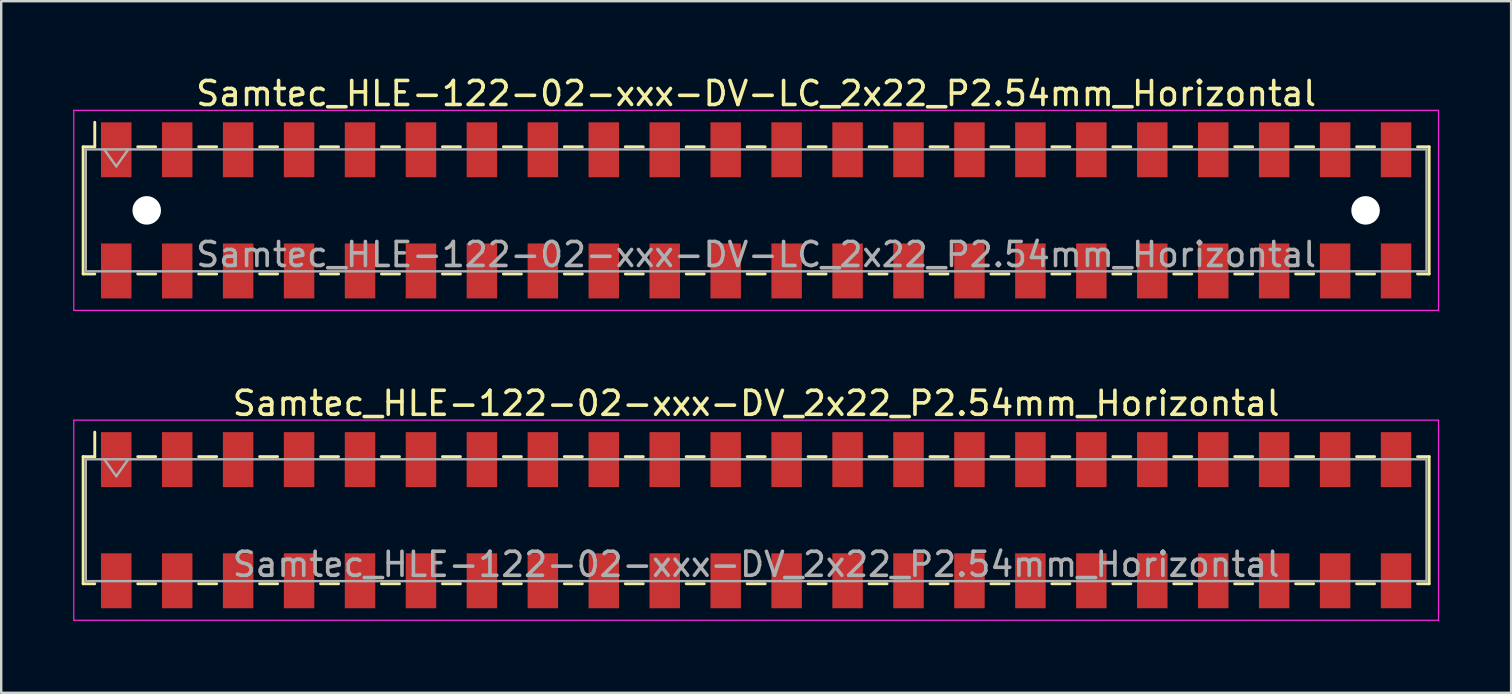
<source format=kicad_pcb>
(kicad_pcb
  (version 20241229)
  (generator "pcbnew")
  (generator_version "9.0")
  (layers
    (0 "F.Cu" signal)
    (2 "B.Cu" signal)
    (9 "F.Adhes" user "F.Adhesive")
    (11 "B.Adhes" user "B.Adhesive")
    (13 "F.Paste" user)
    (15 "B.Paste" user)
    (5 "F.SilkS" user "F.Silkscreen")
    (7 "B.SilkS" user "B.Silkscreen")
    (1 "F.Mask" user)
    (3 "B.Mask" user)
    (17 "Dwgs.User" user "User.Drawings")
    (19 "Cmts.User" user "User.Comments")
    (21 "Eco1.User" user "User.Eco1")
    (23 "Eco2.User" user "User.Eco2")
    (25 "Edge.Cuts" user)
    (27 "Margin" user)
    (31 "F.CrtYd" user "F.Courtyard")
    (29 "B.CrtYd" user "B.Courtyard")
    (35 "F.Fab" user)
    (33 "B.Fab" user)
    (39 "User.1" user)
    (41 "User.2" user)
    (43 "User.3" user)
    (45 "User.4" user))
  (footprint "Samtec_HLE-122-02-xxx-DV-LC_2x22_P2.54mm_Horizontal"
    (layer "F.Cu")
    (at 28.465 5.718)
    (property "Reference" "Samtec_HLE-122-02-xxx-DV-LC_2x22_P2.54mm_Horizontal" (at 0 -4.87 0) (layer "F.SilkS") (effects (font (size 1 1) (thickness 0.15))))
    (attr smd)
    (fp_line (start -28.05 -2.65) (end -28.05 2.65) (stroke (width 0.12) (type solid)) (layer "F.SilkS"))
    (fp_line (start -28.05 2.65) (end -27.565 2.65) (stroke (width 0.12) (type solid)) (layer "F.SilkS"))
    (fp_line (start -27.565 -3.67) (end -27.565 -2.65) (stroke (width 0.12) (type solid)) (layer "F.SilkS"))
    (fp_line (start -27.565 -2.65) (end -28.05 -2.65) (stroke (width 0.12) (type solid)) (layer "F.SilkS"))
    (fp_line (start -25.775 -2.65) (end -25.025 -2.65) (stroke (width 0.12) (type solid)) (layer "F.SilkS"))
    (fp_line (start -25.775 2.65) (end -25.025 2.65) (stroke (width 0.12) (type solid)) (layer "F.SilkS"))
    (fp_line (start -23.235 -2.65) (end -22.485 -2.65) (stroke (width 0.12) (type solid)) (layer "F.SilkS"))
    (fp_line (start -23.235 2.65) (end -22.485 2.65) (stroke (width 0.12) (type solid)) (layer "F.SilkS"))
    (fp_line (start -20.695 -2.65) (end -19.945 -2.65) (stroke (width 0.12) (type solid)) (layer "F.SilkS"))
    (fp_line (start -20.695 2.65) (end -19.945 2.65) (stroke (width 0.12) (type solid)) (layer "F.SilkS"))
    (fp_line (start -18.155 -2.65) (end -17.405 -2.65) (stroke (width 0.12) (type solid)) (layer "F.SilkS"))
    (fp_line (start -18.155 2.65) (end -17.405 2.65) (stroke (width 0.12) (type solid)) (layer "F.SilkS"))
    (fp_line (start -15.615 -2.65) (end -14.865 -2.65) (stroke (width 0.12) (type solid)) (layer "F.SilkS"))
    (fp_line (start -15.615 2.65) (end -14.865 2.65) (stroke (width 0.12) (type solid)) (layer "F.SilkS"))
    (fp_line (start -13.075 -2.65) (end -12.325 -2.65) (stroke (width 0.12) (type solid)) (layer "F.SilkS"))
    (fp_line (start -13.075 2.65) (end -12.325 2.65) (stroke (width 0.12) (type solid)) (layer "F.SilkS"))
    (fp_line (start -10.535 -2.65) (end -9.785 -2.65) (stroke (width 0.12) (type solid)) (layer "F.SilkS"))
    (fp_line (start -10.535 2.65) (end -9.785 2.65) (stroke (width 0.12) (type solid)) (layer "F.SilkS"))
    (fp_line (start -7.995 -2.65) (end -7.245 -2.65) (stroke (width 0.12) (type solid)) (layer "F.SilkS"))
    (fp_line (start -7.995 2.65) (end -7.245 2.65) (stroke (width 0.12) (type solid)) (layer "F.SilkS"))
    (fp_line (start -5.455 -2.65) (end -4.705 -2.65) (stroke (width 0.12) (type solid)) (layer "F.SilkS"))
    (fp_line (start -5.455 2.65) (end -4.705 2.65) (stroke (width 0.12) (type solid)) (layer "F.SilkS"))
    (fp_line (start -2.915 -2.65) (end -2.165 -2.65) (stroke (width 0.12) (type solid)) (layer "F.SilkS"))
    (fp_line (start -2.915 2.65) (end -2.165 2.65) (stroke (width 0.12) (type solid)) (layer "F.SilkS"))
    (fp_line (start -0.375 -2.65) (end 0.375 -2.65) (stroke (width 0.12) (type solid)) (layer "F.SilkS"))
    (fp_line (start -0.375 2.65) (end 0.375 2.65) (stroke (width 0.12) (type solid)) (layer "F.SilkS"))
    (fp_line (start 2.165 -2.65) (end 2.915 -2.65) (stroke (width 0.12) (type solid)) (layer "F.SilkS"))
    (fp_line (start 2.165 2.65) (end 2.915 2.65) (stroke (width 0.12) (type solid)) (layer "F.SilkS"))
    (fp_line (start 4.705 -2.65) (end 5.455 -2.65) (stroke (width 0.12) (type solid)) (layer "F.SilkS"))
    (fp_line (start 4.705 2.65) (end 5.455 2.65) (stroke (width 0.12) (type solid)) (layer "F.SilkS"))
    (fp_line (start 7.245 -2.65) (end 7.995 -2.65) (stroke (width 0.12) (type solid)) (layer "F.SilkS"))
    (fp_line (start 7.245 2.65) (end 7.995 2.65) (stroke (width 0.12) (type solid)) (layer "F.SilkS"))
    (fp_line (start 9.785 -2.65) (end 10.535 -2.65) (stroke (width 0.12) (type solid)) (layer "F.SilkS"))
    (fp_line (start 9.785 2.65) (end 10.535 2.65) (stroke (width 0.12) (type solid)) (layer "F.SilkS"))
    (fp_line (start 12.325 -2.65) (end 13.075 -2.65) (stroke (width 0.12) (type solid)) (layer "F.SilkS"))
    (fp_line (start 12.325 2.65) (end 13.075 2.65) (stroke (width 0.12) (type solid)) (layer "F.SilkS"))
    (fp_line (start 14.865 -2.65) (end 15.615 -2.65) (stroke (width 0.12) (type solid)) (layer "F.SilkS"))
    (fp_line (start 14.865 2.65) (end 15.615 2.65) (stroke (width 0.12) (type solid)) (layer "F.SilkS"))
    (fp_line (start 17.405 -2.65) (end 18.155 -2.65) (stroke (width 0.12) (type solid)) (layer "F.SilkS"))
    (fp_line (start 17.405 2.65) (end 18.155 2.65) (stroke (width 0.12) (type solid)) (layer "F.SilkS"))
    (fp_line (start 19.945 -2.65) (end 20.695 -2.65) (stroke (width 0.12) (type solid)) (layer "F.SilkS"))
    (fp_line (start 19.945 2.65) (end 20.695 2.65) (stroke (width 0.12) (type solid)) (layer "F.SilkS"))
    (fp_line (start 22.485 -2.65) (end 23.235 -2.65) (stroke (width 0.12) (type solid)) (layer "F.SilkS"))
    (fp_line (start 22.485 2.65) (end 23.235 2.65) (stroke (width 0.12) (type solid)) (layer "F.SilkS"))
    (fp_line (start 25.025 -2.65) (end 25.775 -2.65) (stroke (width 0.12) (type solid)) (layer "F.SilkS"))
    (fp_line (start 25.025 2.65) (end 25.775 2.65) (stroke (width 0.12) (type solid)) (layer "F.SilkS"))
    (fp_line (start 27.565 -2.65) (end 28.05 -2.65) (stroke (width 0.12) (type solid)) (layer "F.SilkS"))
    (fp_line (start 28.05 -2.65) (end 28.05 2.65) (stroke (width 0.12) (type solid)) (layer "F.SilkS"))
    (fp_line (start 28.05 2.65) (end 27.565 2.65) (stroke (width 0.12) (type solid)) (layer "F.SilkS"))
    (fp_line (start -28.44 -4.17) (end 28.44 -4.17) (stroke (width 0.05) (type solid)) (layer "F.CrtYd"))
    (fp_line (start -28.44 4.17) (end -28.44 -4.17) (stroke (width 0.05) (type solid)) (layer "F.CrtYd"))
    (fp_line (start 28.44 -4.17) (end 28.44 4.17) (stroke (width 0.05) (type solid)) (layer "F.CrtYd"))
    (fp_line (start 28.44 4.17) (end -28.44 4.17) (stroke (width 0.05) (type solid)) (layer "F.CrtYd"))
    (fp_line (start -27.94 -2.54) (end 27.94 -2.54) (stroke (width 0.1) (type solid)) (layer "F.Fab"))
    (fp_line (start -27.94 2.54) (end -27.94 -2.54) (stroke (width 0.1) (type solid)) (layer "F.Fab"))
    (fp_line (start -27.17 -2.54) (end -26.67 -1.833) (stroke (width 0.1) (type solid)) (layer "F.Fab"))
    (fp_line (start -26.67 -1.833) (end -26.17 -2.54) (stroke (width 0.1) (type solid)) (layer "F.Fab"))
    (fp_line (start 27.94 -2.54) (end 27.94 2.54) (stroke (width 0.1) (type solid)) (layer "F.Fab"))
    (fp_line (start 27.94 2.54) (end -27.94 2.54) (stroke (width 0.1) (type solid)) (layer "F.Fab"))
    (fp_text user "${REFERENCE}" (at 0 1.84 0) (layer "F.Fab") (effects (font (size 1 1) (thickness 0.15))))
    (pad "" np_thru_hole circle (at -25.4 0) (size 1.19 1.19) (drill 1.19) (layers "*.Cu" "*.Mask"))
    (pad "" np_thru_hole circle (at 25.4 0) (size 1.19 1.19) (drill 1.19) (layers "*.Cu" "*.Mask"))
    (pad "1" smd rect (at -26.67 -2.525) (size 1.27 2.29) (layers "F.Cu" "F.Mask" "F.Paste"))
    (pad "2" smd rect (at -26.67 2.525) (size 1.27 2.29) (layers "F.Cu" "F.Mask" "F.Paste"))
    (pad "3" smd rect (at -24.13 -2.525) (size 1.27 2.29) (layers "F.Cu" "F.Mask" "F.Paste"))
    (pad "4" smd rect (at -24.13 2.525) (size 1.27 2.29) (layers "F.Cu" "F.Mask" "F.Paste"))
    (pad "5" smd rect (at -21.59 -2.525) (size 1.27 2.29) (layers "F.Cu" "F.Mask" "F.Paste"))
    (pad "6" smd rect (at -21.59 2.525) (size 1.27 2.29) (layers "F.Cu" "F.Mask" "F.Paste"))
    (pad "7" smd rect (at -19.05 -2.525) (size 1.27 2.29) (layers "F.Cu" "F.Mask" "F.Paste"))
    (pad "8" smd rect (at -19.05 2.525) (size 1.27 2.29) (layers "F.Cu" "F.Mask" "F.Paste"))
    (pad "9" smd rect (at -16.51 -2.525) (size 1.27 2.29) (layers "F.Cu" "F.Mask" "F.Paste"))
    (pad "10" smd rect (at -16.51 2.525) (size 1.27 2.29) (layers "F.Cu" "F.Mask" "F.Paste"))
    (pad "11" smd rect (at -13.97 -2.525) (size 1.27 2.29) (layers "F.Cu" "F.Mask" "F.Paste"))
    (pad "12" smd rect (at -13.97 2.525) (size 1.27 2.29) (layers "F.Cu" "F.Mask" "F.Paste"))
    (pad "13" smd rect (at -11.43 -2.525) (size 1.27 2.29) (layers "F.Cu" "F.Mask" "F.Paste"))
    (pad "14" smd rect (at -11.43 2.525) (size 1.27 2.29) (layers "F.Cu" "F.Mask" "F.Paste"))
    (pad "15" smd rect (at -8.89 -2.525) (size 1.27 2.29) (layers "F.Cu" "F.Mask" "F.Paste"))
    (pad "16" smd rect (at -8.89 2.525) (size 1.27 2.29) (layers "F.Cu" "F.Mask" "F.Paste"))
    (pad "17" smd rect (at -6.35 -2.525) (size 1.27 2.29) (layers "F.Cu" "F.Mask" "F.Paste"))
    (pad "18" smd rect (at -6.35 2.525) (size 1.27 2.29) (layers "F.Cu" "F.Mask" "F.Paste"))
    (pad "19" smd rect (at -3.81 -2.525) (size 1.27 2.29) (layers "F.Cu" "F.Mask" "F.Paste"))
    (pad "20" smd rect (at -3.81 2.525) (size 1.27 2.29) (layers "F.Cu" "F.Mask" "F.Paste"))
    (pad "21" smd rect (at -1.27 -2.525) (size 1.27 2.29) (layers "F.Cu" "F.Mask" "F.Paste"))
    (pad "22" smd rect (at -1.27 2.525) (size 1.27 2.29) (layers "F.Cu" "F.Mask" "F.Paste"))
    (pad "23" smd rect (at 1.27 -2.525) (size 1.27 2.29) (layers "F.Cu" "F.Mask" "F.Paste"))
    (pad "24" smd rect (at 1.27 2.525) (size 1.27 2.29) (layers "F.Cu" "F.Mask" "F.Paste"))
    (pad "25" smd rect (at 3.81 -2.525) (size 1.27 2.29) (layers "F.Cu" "F.Mask" "F.Paste"))
    (pad "26" smd rect (at 3.81 2.525) (size 1.27 2.29) (layers "F.Cu" "F.Mask" "F.Paste"))
    (pad "27" smd rect (at 6.35 -2.525) (size 1.27 2.29) (layers "F.Cu" "F.Mask" "F.Paste"))
    (pad "28" smd rect (at 6.35 2.525) (size 1.27 2.29) (layers "F.Cu" "F.Mask" "F.Paste"))
    (pad "29" smd rect (at 8.89 -2.525) (size 1.27 2.29) (layers "F.Cu" "F.Mask" "F.Paste"))
    (pad "30" smd rect (at 8.89 2.525) (size 1.27 2.29) (layers "F.Cu" "F.Mask" "F.Paste"))
    (pad "31" smd rect (at 11.43 -2.525) (size 1.27 2.29) (layers "F.Cu" "F.Mask" "F.Paste"))
    (pad "32" smd rect (at 11.43 2.525) (size 1.27 2.29) (layers "F.Cu" "F.Mask" "F.Paste"))
    (pad "33" smd rect (at 13.97 -2.525) (size 1.27 2.29) (layers "F.Cu" "F.Mask" "F.Paste"))
    (pad "34" smd rect (at 13.97 2.525) (size 1.27 2.29) (layers "F.Cu" "F.Mask" "F.Paste"))
    (pad "35" smd rect (at 16.51 -2.525) (size 1.27 2.29) (layers "F.Cu" "F.Mask" "F.Paste"))
    (pad "36" smd rect (at 16.51 2.525) (size 1.27 2.29) (layers "F.Cu" "F.Mask" "F.Paste"))
    (pad "37" smd rect (at 19.05 -2.525) (size 1.27 2.29) (layers "F.Cu" "F.Mask" "F.Paste"))
    (pad "38" smd rect (at 19.05 2.525) (size 1.27 2.29) (layers "F.Cu" "F.Mask" "F.Paste"))
    (pad "39" smd rect (at 21.59 -2.525) (size 1.27 2.29) (layers "F.Cu" "F.Mask" "F.Paste"))
    (pad "40" smd rect (at 21.59 2.525) (size 1.27 2.29) (layers "F.Cu" "F.Mask" "F.Paste"))
    (pad "41" smd rect (at 24.13 -2.525) (size 1.27 2.29) (layers "F.Cu" "F.Mask" "F.Paste"))
    (pad "42" smd rect (at 24.13 2.525) (size 1.27 2.29) (layers "F.Cu" "F.Mask" "F.Paste"))
    (pad "43" smd rect (at 26.67 -2.525) (size 1.27 2.29) (layers "F.Cu" "F.Mask" "F.Paste"))
    (pad "44" smd rect (at 26.67 2.525) (size 1.27 2.29) (layers "F.Cu" "F.Mask" "F.Paste")))
  (footprint "Samtec_HLE-122-02-xxx-DV_2x22_P2.54mm_Horizontal"
    (layer "F.Cu")
    (at 28.465 18.631)
    (property "Reference" "Samtec_HLE-122-02-xxx-DV_2x22_P2.54mm_Horizontal" (at 0 -4.87 0) (layer "F.SilkS") (effects (font (size 1 1) (thickness 0.15))))
    (attr smd)
    (fp_line (start -28.05 -2.65) (end -28.05 2.65) (stroke (width 0.12) (type solid)) (layer "F.SilkS"))
    (fp_line (start -28.05 2.65) (end -27.565 2.65) (stroke (width 0.12) (type solid)) (layer "F.SilkS"))
    (fp_line (start -27.565 -3.67) (end -27.565 -2.65) (stroke (width 0.12) (type solid)) (layer "F.SilkS"))
    (fp_line (start -27.565 -2.65) (end -28.05 -2.65) (stroke (width 0.12) (type solid)) (layer "F.SilkS"))
    (fp_line (start -25.775 -2.65) (end -25.025 -2.65) (stroke (width 0.12) (type solid)) (layer "F.SilkS"))
    (fp_line (start -25.775 2.65) (end -25.025 2.65) (stroke (width 0.12) (type solid)) (layer "F.SilkS"))
    (fp_line (start -23.235 -2.65) (end -22.485 -2.65) (stroke (width 0.12) (type solid)) (layer "F.SilkS"))
    (fp_line (start -23.235 2.65) (end -22.485 2.65) (stroke (width 0.12) (type solid)) (layer "F.SilkS"))
    (fp_line (start -20.695 -2.65) (end -19.945 -2.65) (stroke (width 0.12) (type solid)) (layer "F.SilkS"))
    (fp_line (start -20.695 2.65) (end -19.945 2.65) (stroke (width 0.12) (type solid)) (layer "F.SilkS"))
    (fp_line (start -18.155 -2.65) (end -17.405 -2.65) (stroke (width 0.12) (type solid)) (layer "F.SilkS"))
    (fp_line (start -18.155 2.65) (end -17.405 2.65) (stroke (width 0.12) (type solid)) (layer "F.SilkS"))
    (fp_line (start -15.615 -2.65) (end -14.865 -2.65) (stroke (width 0.12) (type solid)) (layer "F.SilkS"))
    (fp_line (start -15.615 2.65) (end -14.865 2.65) (stroke (width 0.12) (type solid)) (layer "F.SilkS"))
    (fp_line (start -13.075 -2.65) (end -12.325 -2.65) (stroke (width 0.12) (type solid)) (layer "F.SilkS"))
    (fp_line (start -13.075 2.65) (end -12.325 2.65) (stroke (width 0.12) (type solid)) (layer "F.SilkS"))
    (fp_line (start -10.535 -2.65) (end -9.785 -2.65) (stroke (width 0.12) (type solid)) (layer "F.SilkS"))
    (fp_line (start -10.535 2.65) (end -9.785 2.65) (stroke (width 0.12) (type solid)) (layer "F.SilkS"))
    (fp_line (start -7.995 -2.65) (end -7.245 -2.65) (stroke (width 0.12) (type solid)) (layer "F.SilkS"))
    (fp_line (start -7.995 2.65) (end -7.245 2.65) (stroke (width 0.12) (type solid)) (layer "F.SilkS"))
    (fp_line (start -5.455 -2.65) (end -4.705 -2.65) (stroke (width 0.12) (type solid)) (layer "F.SilkS"))
    (fp_line (start -5.455 2.65) (end -4.705 2.65) (stroke (width 0.12) (type solid)) (layer "F.SilkS"))
    (fp_line (start -2.915 -2.65) (end -2.165 -2.65) (stroke (width 0.12) (type solid)) (layer "F.SilkS"))
    (fp_line (start -2.915 2.65) (end -2.165 2.65) (stroke (width 0.12) (type solid)) (layer "F.SilkS"))
    (fp_line (start -0.375 -2.65) (end 0.375 -2.65) (stroke (width 0.12) (type solid)) (layer "F.SilkS"))
    (fp_line (start -0.375 2.65) (end 0.375 2.65) (stroke (width 0.12) (type solid)) (layer "F.SilkS"))
    (fp_line (start 2.165 -2.65) (end 2.915 -2.65) (stroke (width 0.12) (type solid)) (layer "F.SilkS"))
    (fp_line (start 2.165 2.65) (end 2.915 2.65) (stroke (width 0.12) (type solid)) (layer "F.SilkS"))
    (fp_line (start 4.705 -2.65) (end 5.455 -2.65) (stroke (width 0.12) (type solid)) (layer "F.SilkS"))
    (fp_line (start 4.705 2.65) (end 5.455 2.65) (stroke (width 0.12) (type solid)) (layer "F.SilkS"))
    (fp_line (start 7.245 -2.65) (end 7.995 -2.65) (stroke (width 0.12) (type solid)) (layer "F.SilkS"))
    (fp_line (start 7.245 2.65) (end 7.995 2.65) (stroke (width 0.12) (type solid)) (layer "F.SilkS"))
    (fp_line (start 9.785 -2.65) (end 10.535 -2.65) (stroke (width 0.12) (type solid)) (layer "F.SilkS"))
    (fp_line (start 9.785 2.65) (end 10.535 2.65) (stroke (width 0.12) (type solid)) (layer "F.SilkS"))
    (fp_line (start 12.325 -2.65) (end 13.075 -2.65) (stroke (width 0.12) (type solid)) (layer "F.SilkS"))
    (fp_line (start 12.325 2.65) (end 13.075 2.65) (stroke (width 0.12) (type solid)) (layer "F.SilkS"))
    (fp_line (start 14.865 -2.65) (end 15.615 -2.65) (stroke (width 0.12) (type solid)) (layer "F.SilkS"))
    (fp_line (start 14.865 2.65) (end 15.615 2.65) (stroke (width 0.12) (type solid)) (layer "F.SilkS"))
    (fp_line (start 17.405 -2.65) (end 18.155 -2.65) (stroke (width 0.12) (type solid)) (layer "F.SilkS"))
    (fp_line (start 17.405 2.65) (end 18.155 2.65) (stroke (width 0.12) (type solid)) (layer "F.SilkS"))
    (fp_line (start 19.945 -2.65) (end 20.695 -2.65) (stroke (width 0.12) (type solid)) (layer "F.SilkS"))
    (fp_line (start 19.945 2.65) (end 20.695 2.65) (stroke (width 0.12) (type solid)) (layer "F.SilkS"))
    (fp_line (start 22.485 -2.65) (end 23.235 -2.65) (stroke (width 0.12) (type solid)) (layer "F.SilkS"))
    (fp_line (start 22.485 2.65) (end 23.235 2.65) (stroke (width 0.12) (type solid)) (layer "F.SilkS"))
    (fp_line (start 25.025 -2.65) (end 25.775 -2.65) (stroke (width 0.12) (type solid)) (layer "F.SilkS"))
    (fp_line (start 25.025 2.65) (end 25.775 2.65) (stroke (width 0.12) (type solid)) (layer "F.SilkS"))
    (fp_line (start 27.565 -2.65) (end 28.05 -2.65) (stroke (width 0.12) (type solid)) (layer "F.SilkS"))
    (fp_line (start 28.05 -2.65) (end 28.05 2.65) (stroke (width 0.12) (type solid)) (layer "F.SilkS"))
    (fp_line (start 28.05 2.65) (end 27.565 2.65) (stroke (width 0.12) (type solid)) (layer "F.SilkS"))
    (fp_line (start -28.44 -4.17) (end 28.44 -4.17) (stroke (width 0.05) (type solid)) (layer "F.CrtYd"))
    (fp_line (start -28.44 4.17) (end -28.44 -4.17) (stroke (width 0.05) (type solid)) (layer "F.CrtYd"))
    (fp_line (start 28.44 -4.17) (end 28.44 4.17) (stroke (width 0.05) (type solid)) (layer "F.CrtYd"))
    (fp_line (start 28.44 4.17) (end -28.44 4.17) (stroke (width 0.05) (type solid)) (layer "F.CrtYd"))
    (fp_line (start -27.94 -2.54) (end 27.94 -2.54) (stroke (width 0.1) (type solid)) (layer "F.Fab"))
    (fp_line (start -27.94 2.54) (end -27.94 -2.54) (stroke (width 0.1) (type solid)) (layer "F.Fab"))
    (fp_line (start -27.17 -2.54) (end -26.67 -1.833) (stroke (width 0.1) (type solid)) (layer "F.Fab"))
    (fp_line (start -26.67 -1.833) (end -26.17 -2.54) (stroke (width 0.1) (type solid)) (layer "F.Fab"))
    (fp_line (start 27.94 -2.54) (end 27.94 2.54) (stroke (width 0.1) (type solid)) (layer "F.Fab"))
    (fp_line (start 27.94 2.54) (end -27.94 2.54) (stroke (width 0.1) (type solid)) (layer "F.Fab"))
    (fp_text user "${REFERENCE}" (at 0 1.84 0) (layer "F.Fab") (effects (font (size 1 1) (thickness 0.15))))
    (pad "1" smd rect (at -26.67 -2.525) (size 1.27 2.29) (layers "F.Cu" "F.Mask" "F.Paste"))
    (pad "2" smd rect (at -26.67 2.525) (size 1.27 2.29) (layers "F.Cu" "F.Mask" "F.Paste"))
    (pad "3" smd rect (at -24.13 -2.525) (size 1.27 2.29) (layers "F.Cu" "F.Mask" "F.Paste"))
    (pad "4" smd rect (at -24.13 2.525) (size 1.27 2.29) (layers "F.Cu" "F.Mask" "F.Paste"))
    (pad "5" smd rect (at -21.59 -2.525) (size 1.27 2.29) (layers "F.Cu" "F.Mask" "F.Paste"))
    (pad "6" smd rect (at -21.59 2.525) (size 1.27 2.29) (layers "F.Cu" "F.Mask" "F.Paste"))
    (pad "7" smd rect (at -19.05 -2.525) (size 1.27 2.29) (layers "F.Cu" "F.Mask" "F.Paste"))
    (pad "8" smd rect (at -19.05 2.525) (size 1.27 2.29) (layers "F.Cu" "F.Mask" "F.Paste"))
    (pad "9" smd rect (at -16.51 -2.525) (size 1.27 2.29) (layers "F.Cu" "F.Mask" "F.Paste"))
    (pad "10" smd rect (at -16.51 2.525) (size 1.27 2.29) (layers "F.Cu" "F.Mask" "F.Paste"))
    (pad "11" smd rect (at -13.97 -2.525) (size 1.27 2.29) (layers "F.Cu" "F.Mask" "F.Paste"))
    (pad "12" smd rect (at -13.97 2.525) (size 1.27 2.29) (layers "F.Cu" "F.Mask" "F.Paste"))
    (pad "13" smd rect (at -11.43 -2.525) (size 1.27 2.29) (layers "F.Cu" "F.Mask" "F.Paste"))
    (pad "14" smd rect (at -11.43 2.525) (size 1.27 2.29) (layers "F.Cu" "F.Mask" "F.Paste"))
    (pad "15" smd rect (at -8.89 -2.525) (size 1.27 2.29) (layers "F.Cu" "F.Mask" "F.Paste"))
    (pad "16" smd rect (at -8.89 2.525) (size 1.27 2.29) (layers "F.Cu" "F.Mask" "F.Paste"))
    (pad "17" smd rect (at -6.35 -2.525) (size 1.27 2.29) (layers "F.Cu" "F.Mask" "F.Paste"))
    (pad "18" smd rect (at -6.35 2.525) (size 1.27 2.29) (layers "F.Cu" "F.Mask" "F.Paste"))
    (pad "19" smd rect (at -3.81 -2.525) (size 1.27 2.29) (layers "F.Cu" "F.Mask" "F.Paste"))
    (pad "20" smd rect (at -3.81 2.525) (size 1.27 2.29) (layers "F.Cu" "F.Mask" "F.Paste"))
    (pad "21" smd rect (at -1.27 -2.525) (size 1.27 2.29) (layers "F.Cu" "F.Mask" "F.Paste"))
    (pad "22" smd rect (at -1.27 2.525) (size 1.27 2.29) (layers "F.Cu" "F.Mask" "F.Paste"))
    (pad "23" smd rect (at 1.27 -2.525) (size 1.27 2.29) (layers "F.Cu" "F.Mask" "F.Paste"))
    (pad "24" smd rect (at 1.27 2.525) (size 1.27 2.29) (layers "F.Cu" "F.Mask" "F.Paste"))
    (pad "25" smd rect (at 3.81 -2.525) (size 1.27 2.29) (layers "F.Cu" "F.Mask" "F.Paste"))
    (pad "26" smd rect (at 3.81 2.525) (size 1.27 2.29) (layers "F.Cu" "F.Mask" "F.Paste"))
    (pad "27" smd rect (at 6.35 -2.525) (size 1.27 2.29) (layers "F.Cu" "F.Mask" "F.Paste"))
    (pad "28" smd rect (at 6.35 2.525) (size 1.27 2.29) (layers "F.Cu" "F.Mask" "F.Paste"))
    (pad "29" smd rect (at 8.89 -2.525) (size 1.27 2.29) (layers "F.Cu" "F.Mask" "F.Paste"))
    (pad "30" smd rect (at 8.89 2.525) (size 1.27 2.29) (layers "F.Cu" "F.Mask" "F.Paste"))
    (pad "31" smd rect (at 11.43 -2.525) (size 1.27 2.29) (layers "F.Cu" "F.Mask" "F.Paste"))
    (pad "32" smd rect (at 11.43 2.525) (size 1.27 2.29) (layers "F.Cu" "F.Mask" "F.Paste"))
    (pad "33" smd rect (at 13.97 -2.525) (size 1.27 2.29) (layers "F.Cu" "F.Mask" "F.Paste"))
    (pad "34" smd rect (at 13.97 2.525) (size 1.27 2.29) (layers "F.Cu" "F.Mask" "F.Paste"))
    (pad "35" smd rect (at 16.51 -2.525) (size 1.27 2.29) (layers "F.Cu" "F.Mask" "F.Paste"))
    (pad "36" smd rect (at 16.51 2.525) (size 1.27 2.29) (layers "F.Cu" "F.Mask" "F.Paste"))
    (pad "37" smd rect (at 19.05 -2.525) (size 1.27 2.29) (layers "F.Cu" "F.Mask" "F.Paste"))
    (pad "38" smd rect (at 19.05 2.525) (size 1.27 2.29) (layers "F.Cu" "F.Mask" "F.Paste"))
    (pad "39" smd rect (at 21.59 -2.525) (size 1.27 2.29) (layers "F.Cu" "F.Mask" "F.Paste"))
    (pad "40" smd rect (at 21.59 2.525) (size 1.27 2.29) (layers "F.Cu" "F.Mask" "F.Paste"))
    (pad "41" smd rect (at 24.13 -2.525) (size 1.27 2.29) (layers "F.Cu" "F.Mask" "F.Paste"))
    (pad "42" smd rect (at 24.13 2.525) (size 1.27 2.29) (layers "F.Cu" "F.Mask" "F.Paste"))
    (pad "43" smd rect (at 26.67 -2.525) (size 1.27 2.29) (layers "F.Cu" "F.Mask" "F.Paste"))
    (pad "44" smd rect (at 26.67 2.525) (size 1.27 2.29) (layers "F.Cu" "F.Mask" "F.Paste")))
  (gr_rect
    (start -3 -3)
    (end 59.93 25.826)
    (stroke (width 0.1) (type default))
    (fill no)
    (layer "Edge.Cuts")))
</source>
